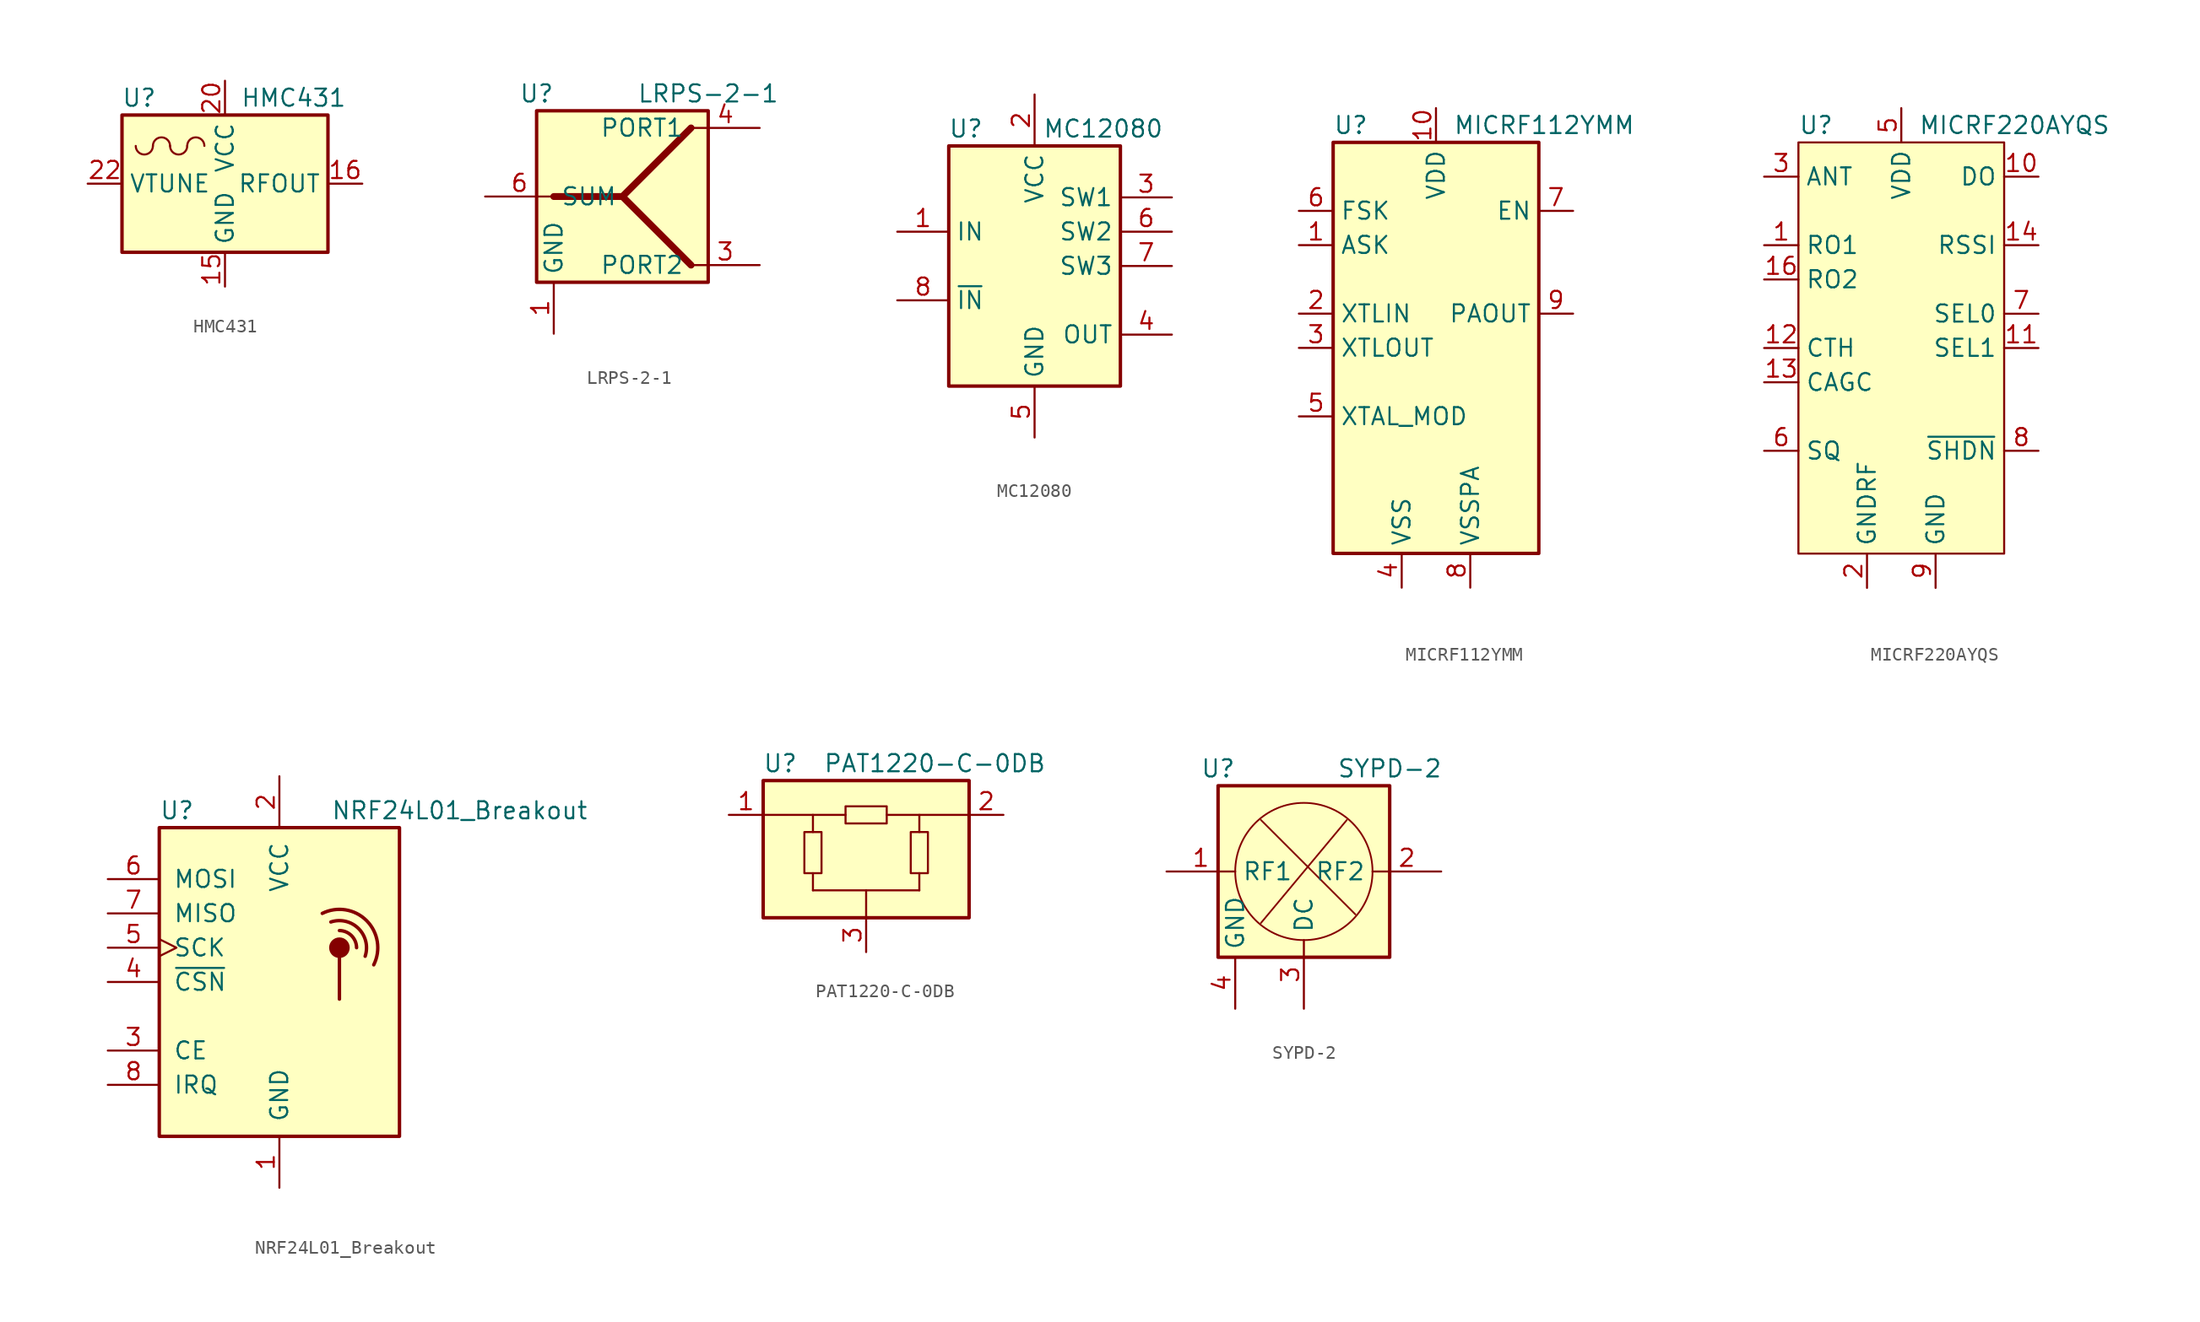
<source format=kicad_sym>
(kicad_symbol_lib
  (version 20201005)
  (generator kicad_symbol_editor)
  (symbol "HMC431"
    (property "Reference" "U"
      (at -6.35 6.35 0)
      (effects (font (size 1.27 1.27))))
    (property "Value" "HMC431"
      (at 5.08 6.35 0)
      (effects (font (size 1.27 1.27))))
    (symbol "HMC431_0_1"
      (arc (start -6.604 2.794) (end -5.334 2.794) (radius (at -5.969 2.794) (length 0.635) (angles -179.9 -0.1)) (stroke (width 0)) (fill (type none)))
      (arc (start -4.064 2.794) (end -5.334 2.794) (radius (at -4.699 2.794) (length 0.635) (angles 0.1 179.9)) (stroke (width 0)) (fill (type none)))
      (arc (start -4.064 2.794) (end -2.794 2.794) (radius (at -3.429 2.794) (length 0.635) (angles -179.9 -0.1)) (stroke (width 0)) (fill (type none)))
      (arc (start -1.524 2.794) (end -2.794 2.794) (radius (at -2.159 2.794) (length 0.635) (angles 0.1 179.9)) (stroke (width 0)) (fill (type none)))
      (rectangle (start -7.62 5.08) (end 7.62 -5.08) (stroke (width 0.254)) (fill (type background))))
    (symbol "HMC431_1_1"
      (pin no_connect line (at -7.62 5.08 0) (length 2.54) hide (name "NC" (effects (font (size 1.27 1.27)))) (number "1" (effects (font (size 1.27 1.27)))))
      (pin no_connect line (at 7.62 2.54 180) (length 2.54) hide (name "NC" (effects (font (size 1.27 1.27)))) (number "10" (effects (font (size 1.27 1.27)))))
      (pin no_connect line (at 5.08 2.54 180) (length 2.54) hide (name "NC" (effects (font (size 1.27 1.27)))) (number "11" (effects (font (size 1.27 1.27)))))
      (pin no_connect line (at 7.62 -2.54 180) (length 2.54) hide (name "NC" (effects (font (size 1.27 1.27)))) (number "12" (effects (font (size 1.27 1.27)))))
      (pin no_connect line (at 7.62 -5.08 180) (length 2.54) hide (name "NC" (effects (font (size 1.27 1.27)))) (number "13" (effects (font (size 1.27 1.27)))))
      (pin no_connect line (at 5.08 -5.08 90) (length 2.54) hide (name "NC" (effects (font (size 1.27 1.27)))) (number "14" (effects (font (size 1.27 1.27)))))
      (pin power_in line (at 0 -7.62 90) (length 2.54) (name "GND" (effects (font (size 1.27 1.27)))) (number "15" (effects (font (size 1.27 1.27)))))
      (pin output line (at 10.16 0 180) (length 2.54) (name "RFOUT" (effects (font (size 1.27 1.27)))) (number "16" (effects (font (size 1.27 1.27)))))
      (pin no_connect line (at 2.54 -5.08 90) (length 2.54) hide (name "NC" (effects (font (size 1.27 1.27)))) (number "17" (effects (font (size 1.27 1.27)))))
      (pin no_connect line (at -2.54 -5.08 90) (length 2.54) hide (name "NC" (effects (font (size 1.27 1.27)))) (number "18" (effects (font (size 1.27 1.27)))))
      (pin no_connect line (at -5.08 -5.08 90) (length 2.54) hide (name "NC" (effects (font (size 1.27 1.27)))) (number "19" (effects (font (size 1.27 1.27)))))
      (pin no_connect line (at -7.62 2.54 0) (length 2.54) hide (name "NC" (effects (font (size 1.27 1.27)))) (number "2" (effects (font (size 1.27 1.27)))))
      (pin power_in line (at 0 7.62 270) (length 2.54) (name "VCC" (effects (font (size 1.27 1.27)))) (number "20" (effects (font (size 1.27 1.27)))))
      (pin no_connect line (at -2.54 2.54 0) (length 2.54) hide (name "NC" (effects (font (size 1.27 1.27)))) (number "21" (effects (font (size 1.27 1.27)))))
      (pin input line (at -10.16 0 0) (length 2.54) (name "VTUNE" (effects (font (size 1.27 1.27)))) (number "22" (effects (font (size 1.27 1.27)))))
      (pin no_connect line (at -2.54 -2.54 0) (length 2.54) hide (name "NC" (effects (font (size 1.27 1.27)))) (number "23" (effects (font (size 1.27 1.27)))))
      (pin no_connect line (at 2.54 -2.54 180) (length 2.54) hide (name "NC" (effects (font (size 1.27 1.27)))) (number "24" (effects (font (size 1.27 1.27)))))
      (pin passive line (at 0 -7.62 90) (length 2.54) hide (name "GND" (effects (font (size 1.27 1.27)))) (number "25" (effects (font (size 1.27 1.27)))))
      (pin no_connect line (at -7.62 -2.54 0) (length 2.54) hide (name "NC" (effects (font (size 1.27 1.27)))) (number "3" (effects (font (size 1.27 1.27)))))
      (pin no_connect line (at -7.62 -5.08 0) (length 2.54) hide (name "NC" (effects (font (size 1.27 1.27)))) (number "4" (effects (font (size 1.27 1.27)))))
      (pin no_connect line (at -5.08 5.08 270) (length 2.54) hide (name "NC" (effects (font (size 1.27 1.27)))) (number "5" (effects (font (size 1.27 1.27)))))
      (pin no_connect line (at -2.54 5.08 270) (length 2.54) hide (name "NC" (effects (font (size 1.27 1.27)))) (number "6" (effects (font (size 1.27 1.27)))))
      (pin no_connect line (at 2.54 5.08 270) (length 2.54) hide (name "NC" (effects (font (size 1.27 1.27)))) (number "7" (effects (font (size 1.27 1.27)))))
      (pin no_connect line (at 5.08 5.08 270) (length 2.54) hide (name "NC" (effects (font (size 1.27 1.27)))) (number "8" (effects (font (size 1.27 1.27)))))
      (pin no_connect line (at 7.62 5.08 270) (length 2.54) hide (name "NC" (effects (font (size 1.27 1.27)))) (number "9" (effects (font (size 1.27 1.27)))))))
  (symbol "LRPS-2-1"
    (property "Reference" "U"
      (at -6.35 7.62 0)
      (effects (font (size 1.27 1.27))))
    (property "Value" "LRPS-2-1"
      (at 6.35 7.62 0)
      (effects (font (size 1.27 1.27))))
    (symbol "LRPS-2-1_0_1"
      (rectangle (start -6.35 6.35) (end 6.35 -6.35) (stroke (width 0.254)) (fill (type background)))
      (polyline (pts (xy 0 0) (xy 5.08 -5.08)) (stroke (width 0.508)) (fill (type none)))
      (polyline (pts (xy -5.08 0) (xy 0 0) (xy 5.08 5.08)) (stroke (width 0.508)) (fill (type none))))
    (symbol "LRPS-2-1_1_1"
      (pin power_in line (at -5.08 -10.16 90) (length 3.81) (name "GND" (effects (font (size 1.27 1.27)))) (number "1" (effects (font (size 1.27 1.27)))))
      (pin no_connect line (at 6.35 2.54 180) (length 5.08) hide (name "NC" (effects (font (size 1.27 1.27)))) (number "2" (effects (font (size 1.27 1.27)))))
      (pin output line (at 10.16 -5.08 180) (length 5.08) (name "PORT2" (effects (font (size 1.27 1.27)))) (number "3" (effects (font (size 1.27 1.27)))))
      (pin output line (at 10.16 5.08 180) (length 5.08) (name "PORT1" (effects (font (size 1.27 1.27)))) (number "4" (effects (font (size 1.27 1.27)))))
      (pin no_connect line (at 6.35 -2.54 180) (length 5.08) hide (name "NC" (effects (font (size 1.27 1.27)))) (number "5" (effects (font (size 1.27 1.27)))))
      (pin input line (at -10.16 0 0) (length 5.08) (name "SUM" (effects (font (size 1.27 1.27)))) (number "6" (effects (font (size 1.27 1.27)))))))
  (symbol "MC12080"
    (property "Reference" "U"
      (at -5.08 10.16 0)
      (effects (font (size 1.27 1.27))))
    (property "Value" "MC12080"
      (at 5.08 10.16 0)
      (effects (font (size 1.27 1.27))))
    (symbol "MC12080_0_1"
      (rectangle (start -6.35 8.89) (end 6.35 -8.89) (stroke (width 0.254)) (fill (type background))))
    (symbol "MC12080_1_1"
      (pin input line (at -10.16 2.54 0) (length 3.81) (name "IN" (effects (font (size 1.27 1.27)))) (number "1" (effects (font (size 1.27 1.27)))))
      (pin power_in line (at 0 12.7 270) (length 3.81) (name "VCC" (effects (font (size 1.27 1.27)))) (number "2" (effects (font (size 1.27 1.27)))))
      (pin input line (at 10.16 5.08 180) (length 3.81) (name "SW1" (effects (font (size 1.27 1.27)))) (number "3" (effects (font (size 1.27 1.27)))))
      (pin output line (at 10.16 -5.08 180) (length 3.81) (name "OUT" (effects (font (size 1.27 1.27)))) (number "4" (effects (font (size 1.27 1.27)))))
      (pin power_in line (at 0 -12.7 90) (length 3.81) (name "GND" (effects (font (size 1.27 1.27)))) (number "5" (effects (font (size 1.27 1.27)))))
      (pin input line (at 10.16 2.54 180) (length 3.81) (name "SW2" (effects (font (size 1.27 1.27)))) (number "6" (effects (font (size 1.27 1.27)))))
      (pin input line (at 10.16 0 180) (length 3.81) (name "SW3" (effects (font (size 1.27 1.27)))) (number "7" (effects (font (size 1.27 1.27)))))
      (pin input line (at -10.16 -2.54 0) (length 3.81) (name "~IN" (effects (font (size 1.27 1.27)))) (number "8" (effects (font (size 1.27 1.27)))))))
  (symbol "MICRF112YMM"
    (property "Reference" "U"
      (at -7.62 16.51 0)
      (effects (font (size 1.27 1.27)) (justify left)))
    (property "Value" "MICRF112YMM"
      (at 1.27 16.51 0)
      (effects (font (size 1.27 1.27)) (justify left)))
    (symbol "MICRF112YMM_0_1"
      (polyline (pts (xy 7.62 15.24) (xy -7.62 15.24) (xy -7.62 -15.24) (xy 7.62 -15.24) (xy 7.62 15.24)) (stroke (width 0.254)) (fill (type background))))
    (symbol "MICRF112YMM_1_1"
      (pin input line (at -10.16 7.62 0) (length 2.54) (name "ASK" (effects (font (size 1.27 1.27)))) (number "1" (effects (font (size 1.27 1.27)))))
      (pin power_in line (at 0 17.78 270) (length 2.54) (name "VDD" (effects (font (size 1.27 1.27)))) (number "10" (effects (font (size 1.27 1.27)))))
      (pin input line (at -10.16 2.54 0) (length 2.54) (name "XTLIN" (effects (font (size 1.27 1.27)))) (number "2" (effects (font (size 1.27 1.27)))))
      (pin output line (at -10.16 0 0) (length 2.54) (name "XTLOUT" (effects (font (size 1.27 1.27)))) (number "3" (effects (font (size 1.27 1.27)))))
      (pin power_in line (at -2.54 -17.78 90) (length 2.54) (name "VSS" (effects (font (size 1.27 1.27)))) (number "4" (effects (font (size 1.27 1.27)))))
      (pin passive line (at -10.16 -5.08 0) (length 2.54) (name "XTAL_MOD" (effects (font (size 1.27 1.27)))) (number "5" (effects (font (size 1.27 1.27)))))
      (pin input line (at -10.16 10.16 0) (length 2.54) (name "FSK" (effects (font (size 1.27 1.27)))) (number "6" (effects (font (size 1.27 1.27)))))
      (pin input line (at 10.16 10.16 180) (length 2.54) (name "EN" (effects (font (size 1.27 1.27)))) (number "7" (effects (font (size 1.27 1.27)))))
      (pin power_in line (at 2.54 -17.78 90) (length 2.54) (name "VSSPA" (effects (font (size 1.27 1.27)))) (number "8" (effects (font (size 1.27 1.27)))))
      (pin output line (at 10.16 2.54 180) (length 2.54) (name "PAOUT" (effects (font (size 1.27 1.27)))) (number "9" (effects (font (size 1.27 1.27)))))))
  (symbol "MICRF220AYQS"
    (property "Reference" "U"
      (at -7.62 16.51 0)
      (effects (font (size 1.27 1.27)) (justify left)))
    (property "Value" "MICRF220AYQS"
      (at 1.27 16.51 0)
      (effects (font (size 1.27 1.27)) (justify left)))
    (symbol "MICRF220AYQS_0_1"
      (polyline (pts (xy -7.62 15.24) (xy 7.62 15.24) (xy 7.62 -15.24) (xy -7.62 -15.24) (xy -7.62 15.24)) (stroke (width 0)) (fill (type background))))
    (symbol "MICRF220AYQS_1_1"
      (pin input line (at -10.16 7.62 0) (length 2.54) (name "RO1" (effects (font (size 1.27 1.27)))) (number "1" (effects (font (size 1.27 1.27)))))
      (pin output line (at 10.16 12.7 180) (length 2.54) (name "DO" (effects (font (size 1.27 1.27)))) (number "10" (effects (font (size 1.27 1.27)))))
      (pin input line (at 10.16 0 180) (length 2.54) (name "SEL1" (effects (font (size 1.27 1.27)))) (number "11" (effects (font (size 1.27 1.27)))))
      (pin input line (at -10.16 0 0) (length 2.54) (name "CTH" (effects (font (size 1.27 1.27)))) (number "12" (effects (font (size 1.27 1.27)))))
      (pin input line (at -10.16 -2.54 0) (length 2.54) (name "CAGC" (effects (font (size 1.27 1.27)))) (number "13" (effects (font (size 1.27 1.27)))))
      (pin output line (at 10.16 7.62 180) (length 2.54) (name "RSSI" (effects (font (size 1.27 1.27)))) (number "14" (effects (font (size 1.27 1.27)))))
      (pin no_connect line (at 7.62 -5.08 180) (length 2.54) hide (name "NC" (effects (font (size 1.27 1.27)))) (number "15" (effects (font (size 1.27 1.27)))))
      (pin output line (at -10.16 5.08 0) (length 2.54) (name "RO2" (effects (font (size 1.27 1.27)))) (number "16" (effects (font (size 1.27 1.27)))))
      (pin power_in line (at -2.54 -17.78 90) (length 2.54) (name "GNDRF" (effects (font (size 1.27 1.27)))) (number "2" (effects (font (size 1.27 1.27)))))
      (pin input line (at -10.16 12.7 0) (length 2.54) (name "ANT" (effects (font (size 1.27 1.27)))) (number "3" (effects (font (size 1.27 1.27)))))
      (pin passive line (at -2.54 -17.78 90) (length 2.54) hide (name "GNDRF" (effects (font (size 1.27 1.27)))) (number "4" (effects (font (size 1.27 1.27)))))
      (pin power_in line (at 0 17.78 270) (length 2.54) (name "VDD" (effects (font (size 1.27 1.27)))) (number "5" (effects (font (size 1.27 1.27)))))
      (pin input line (at -10.16 -7.62 0) (length 2.54) (name "SQ" (effects (font (size 1.27 1.27)))) (number "6" (effects (font (size 1.27 1.27)))))
      (pin input line (at 10.16 2.54 180) (length 2.54) (name "SEL0" (effects (font (size 1.27 1.27)))) (number "7" (effects (font (size 1.27 1.27)))))
      (pin input line (at 10.16 -7.62 180) (length 2.54) (name "~SHDN" (effects (font (size 1.27 1.27)))) (number "8" (effects (font (size 1.27 1.27)))))
      (pin power_in line (at 2.54 -17.78 90) (length 2.54) (name "GND" (effects (font (size 1.27 1.27)))) (number "9" (effects (font (size 1.27 1.27)))))))
  (symbol "NRF24L01_Breakout"
    (pin_names
      (offset 1.016))
    (property "Reference" "U"
      (at -8.89 12.7 0)
      (effects (font (size 1.27 1.27)) (justify left)))
    (property "Value" "NRF24L01_Breakout"
      (at 3.81 12.7 0)
      (effects (font (size 1.27 1.27)) (justify left)))
    (symbol "NRF24L01_Breakout_0_1"
      (arc (start 3.175 5.08) (end 6.985 1.27) (radius (at 4.445 2.54) (length 2.8448) (angles 116.6 -26.6)) (stroke (width 0.254)) (fill (type none)))
      (arc (start 4.445 3.81) (end 5.715 2.54) (radius (at 4.445 2.5654) (length 1.2446) (angles 90 -1.1)) (stroke (width 0.254)) (fill (type none)))
      (arc (start 3.81 4.445) (end 6.35 1.905) (radius (at 4.445 2.5654) (length 1.9812) (angles 108.7 -19.1)) (stroke (width 0.254)) (fill (type none)))
      (circle (center 4.445 2.54) (radius 0.635) (stroke (width 0.254)) (fill (type outline)))
      (rectangle (start -8.89 11.43) (end 8.89 -11.43) (stroke (width 0.254)) (fill (type background)))
      (polyline (pts (xy 4.445 1.905) (xy 4.445 -1.27)) (stroke (width 0.254)) (fill (type none))))
    (symbol "NRF24L01_Breakout_1_1"
      (pin power_in line (at 0 -15.24 90) (length 3.81) (name "GND" (effects (font (size 1.27 1.27)))) (number "1" (effects (font (size 1.27 1.27)))))
      (pin power_in line (at 0 15.24 270) (length 3.81) (name "VCC" (effects (font (size 1.27 1.27)))) (number "2" (effects (font (size 1.27 1.27)))))
      (pin input line (at -12.7 -5.08 0) (length 3.81) (name "CE" (effects (font (size 1.27 1.27)))) (number "3" (effects (font (size 1.27 1.27)))))
      (pin input line (at -12.7 0 0) (length 3.81) (name "~CSN" (effects (font (size 1.27 1.27)))) (number "4" (effects (font (size 1.27 1.27)))))
      (pin input clock (at -12.7 2.54 0) (length 3.81) (name "SCK" (effects (font (size 1.27 1.27)))) (number "5" (effects (font (size 1.27 1.27)))))
      (pin input line (at -12.7 7.62 0) (length 3.81) (name "MOSI" (effects (font (size 1.27 1.27)))) (number "6" (effects (font (size 1.27 1.27)))))
      (pin output line (at -12.7 5.08 0) (length 3.81) (name "MISO" (effects (font (size 1.27 1.27)))) (number "7" (effects (font (size 1.27 1.27)))))
      (pin output line (at -12.7 -7.62 0) (length 3.81) (name "IRQ" (effects (font (size 1.27 1.27)))) (number "8" (effects (font (size 1.27 1.27)))))))
  (symbol "PAT1220-C-0DB"
    (property "Reference" "U"
      (at -6.35 6.35 0)
      (effects (font (size 1.27 1.27))))
    (property "Value" "PAT1220-C-0DB"
      (at 5.08 6.35 0)
      (effects (font (size 1.27 1.27))))
    (symbol "PAT1220-C-0DB_0_1"
      (rectangle (start -7.62 5.08) (end 7.62 -5.08) (stroke (width 0.254)) (fill (type background)))
      (polyline (pts (xy -3.937 -3.048) (xy 3.937 -3.048)) (stroke (width 0)) (fill (type none)))
      (polyline (pts (xy -3.937 1.27) (xy -3.937 2.54)) (stroke (width 0)) (fill (type none)))
      (polyline (pts (xy -1.524 2.54) (xy -7.62 2.54)) (stroke (width 0)) (fill (type none)))
      (polyline (pts (xy 0 -5.08) (xy 0 -3.048)) (stroke (width 0)) (fill (type none)))
      (polyline (pts (xy 3.937 1.27) (xy 3.937 2.54)) (stroke (width 0)) (fill (type none)))
      (pin passive line (at 0 -7.62 90) (length 2.54) (name "~" (effects (font (size 1.27 1.27)))) (number "3" (effects (font (size 1.27 1.27))))))
    (symbol "PAT1220-C-0DB_1_1"
      (rectangle (start -4.572 -1.778) (end -3.302 1.27) (stroke (width 0)) (fill (type none)))
      (rectangle (start -1.524 3.175) (end 1.524 1.905) (stroke (width 0)) (fill (type none)))
      (rectangle (start 3.302 -1.778) (end 4.572 1.27) (stroke (width 0)) (fill (type none)))
      (polyline (pts (xy -3.937 -3.048) (xy -3.937 -1.778)) (stroke (width 0)) (fill (type none)))
      (polyline (pts (xy 3.937 -3.048) (xy 3.937 -1.778)) (stroke (width 0)) (fill (type none)))
      (polyline (pts (xy 7.62 2.54) (xy 1.524 2.54)) (stroke (width 0)) (fill (type none)))
      (pin passive line (at -10.16 2.54 0) (length 2.54) (name "~" (effects (font (size 1.27 1.27)))) (number "1" (effects (font (size 1.27 1.27)))))
      (pin passive line (at 10.16 2.54 180) (length 2.54) (name "~" (effects (font (size 1.27 1.27)))) (number "2" (effects (font (size 1.27 1.27)))))))
  (symbol "SYPD-2"
    (property "Reference" "U"
      (at -6.35 7.62 0)
      (effects (font (size 1.27 1.27))))
    (property "Value" "SYPD-2"
      (at 6.35 7.62 0)
      (effects (font (size 1.27 1.27))))
    (symbol "SYPD-2_0_1"
      (circle (center 0 0) (radius 5.08) (stroke (width 0.127)) (fill (type none)))
      (rectangle (start -6.35 6.35) (end 6.35 -6.35) (stroke (width 0.254)) (fill (type background)))
      (polyline (pts (xy -3.175 -3.81) (xy 3.175 3.81)) (stroke (width 0.127)) (fill (type none)))
      (polyline (pts (xy 3.81 -3.175) (xy -3.175 3.81)) (stroke (width 0.127)) (fill (type none))))
    (symbol "SYPD-2_1_1"
      (pin input line (at -10.16 0 0) (length 5.08) (name "RF1" (effects (font (size 1.27 1.27)))) (number "1" (effects (font (size 1.27 1.27)))))
      (pin input line (at 10.16 0 180) (length 5.08) (name "RF2" (effects (font (size 1.27 1.27)))) (number "2" (effects (font (size 1.27 1.27)))))
      (pin output line (at 0 -10.16 90) (length 5.08) (name "DC" (effects (font (size 1.27 1.27)))) (number "3" (effects (font (size 1.27 1.27)))))
      (pin power_in line (at -5.08 -10.16 90) (length 3.81) (name "GND" (effects (font (size 1.27 1.27)))) (number "4" (effects (font (size 1.27 1.27)))))
      (pin passive line (at -5.08 -10.16 90) (length 3.81) hide (name "GND" (effects (font (size 1.27 1.27)))) (number "5" (effects (font (size 1.27 1.27)))))
      (pin passive line (at -5.08 -10.16 90) (length 3.81) hide (name "GND" (effects (font (size 1.27 1.27)))) (number "6" (effects (font (size 1.27 1.27))))))))
</source>
